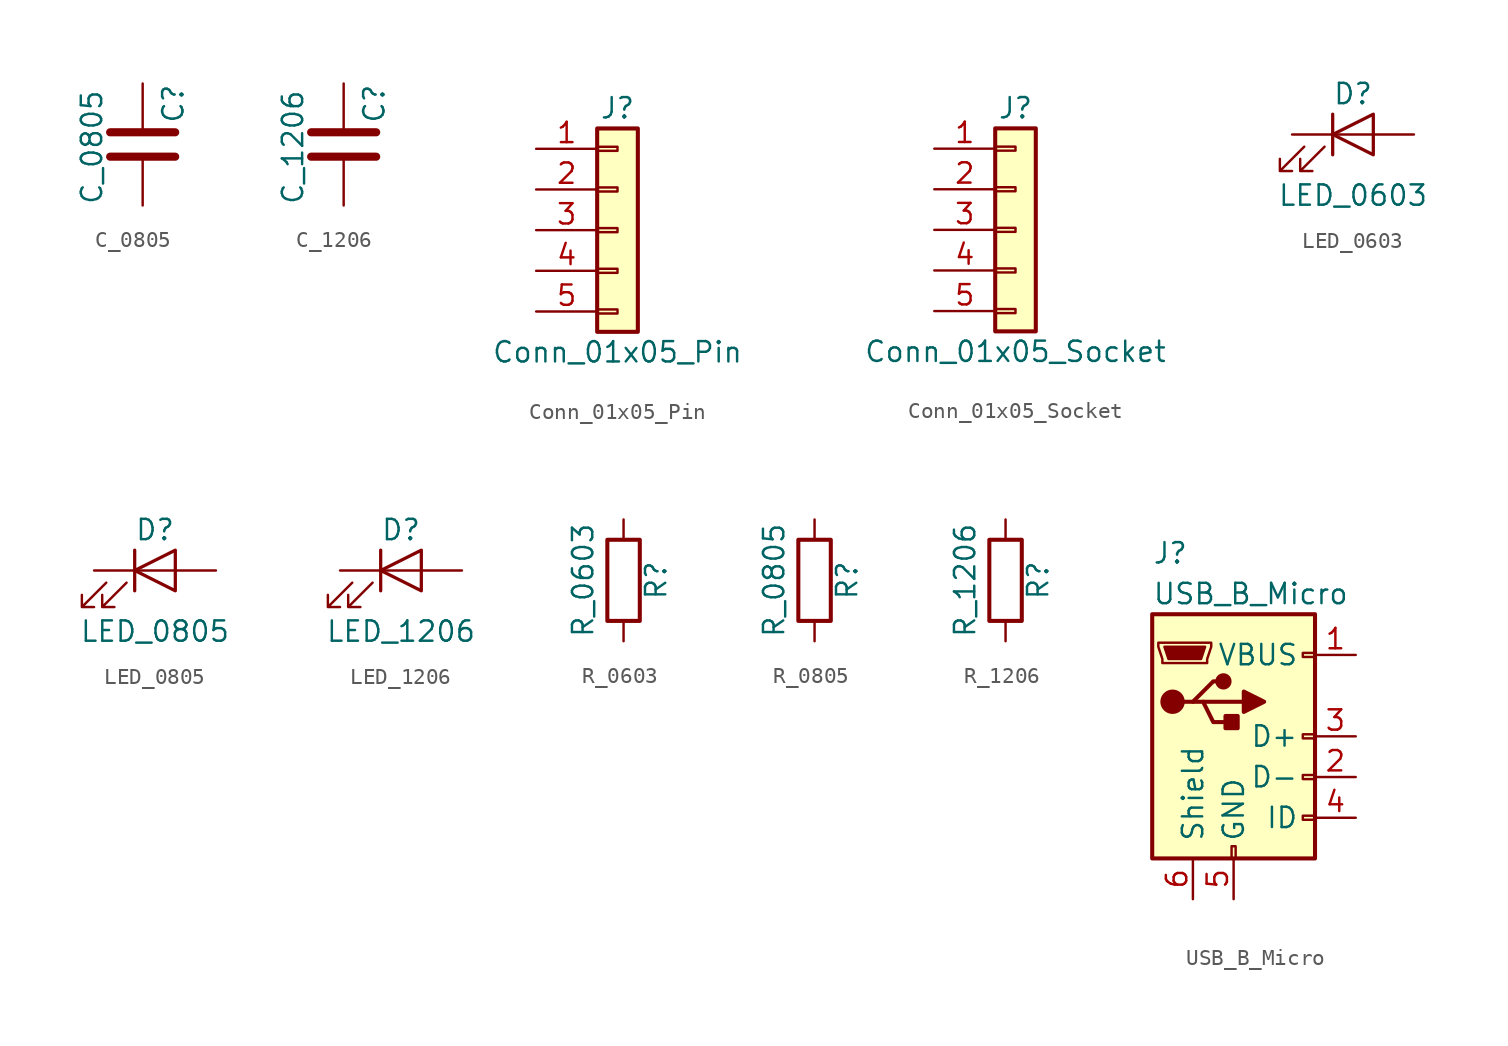
<source format=kicad_sym>
(kicad_symbol_lib
  (version 20220914)
  (generator kicad_symbol_editor)
  (symbol "C_0805"
    (pin_numbers hide)
    (pin_names
      (offset 0.254))
    (property "Reference" "C"
      (at 1.905 1.27 90)
      (effects (font (size 1.27 1.27)) (justify left)))
    (property "Value" "C_0805"
      (at -3.175 -3.81 90)
      (effects (font (size 1.27 1.27)) (justify left)))
    (symbol "C_0805_0_1"
      (polyline (pts (xy -2.032 -0.762) (xy 2.032 -0.762)) (stroke (width 0.508) (type default)) (fill (type none)))
      (polyline (pts (xy -2.032 0.762) (xy 2.032 0.762)) (stroke (width 0.508) (type default)) (fill (type none))))
    (symbol "C_0805_1_1"
      (pin passive line (at 0 3.81 270) (length 2.794) (name "~" (effects (font (size 1.27 1.27)))) (number "1" (effects (font (size 1.27 1.27)))))
      (pin passive line (at 0 -3.81 90) (length 2.794) (name "~" (effects (font (size 1.27 1.27)))) (number "2" (effects (font (size 1.27 1.27)))))))
  (symbol "C_1206"
    (pin_numbers hide)
    (pin_names
      (offset 0.254))
    (property "Reference" "C"
      (at 1.905 1.27 90)
      (effects (font (size 1.27 1.27)) (justify left)))
    (property "Value" "C_1206"
      (at -3.175 -3.81 90)
      (effects (font (size 1.27 1.27)) (justify left)))
    (symbol "C_1206_0_1"
      (polyline (pts (xy -2.032 -0.762) (xy 2.032 -0.762)) (stroke (width 0.508) (type default)) (fill (type none)))
      (polyline (pts (xy -2.032 0.762) (xy 2.032 0.762)) (stroke (width 0.508) (type default)) (fill (type none))))
    (symbol "C_1206_1_1"
      (pin passive line (at 0 3.81 270) (length 2.794) (name "~" (effects (font (size 1.27 1.27)))) (number "1" (effects (font (size 1.27 1.27)))))
      (pin passive line (at 0 -3.81 90) (length 2.794) (name "~" (effects (font (size 1.27 1.27)))) (number "2" (effects (font (size 1.27 1.27)))))))
  (symbol "Conn_01x05_Pin"
    (pin_names
      (offset 1.016) hide)
    (property "Reference" "J"
      (at 0 7.62 0)
      (effects (font (size 1.27 1.27))))
    (property "Value" "Conn_01x05_Pin"
      (at 0 -7.62 0)
      (effects (font (size 1.27 1.27))))
    (symbol "Conn_01x05_Pin_1_1"
      (rectangle (start -1.27 -4.953) (end 0 -5.207) (stroke (width 0.152) (type default)) (fill (type none)))
      (rectangle (start -1.27 -2.413) (end 0 -2.667) (stroke (width 0.152) (type default)) (fill (type none)))
      (rectangle (start -1.27 0.127) (end 0 -0.127) (stroke (width 0.152) (type default)) (fill (type none)))
      (rectangle (start -1.27 2.667) (end 0 2.413) (stroke (width 0.152) (type default)) (fill (type none)))
      (rectangle (start -1.27 5.207) (end 0 4.953) (stroke (width 0.152) (type default)) (fill (type none)))
      (rectangle (start -1.27 6.35) (end 1.27 -6.35) (stroke (width 0.254) (type default)) (fill (type background)))
      (pin passive line (at -5.08 5.08 0) (length 3.81) (name "Pin_1" (effects (font (size 1.27 1.27)))) (number "1" (effects (font (size 1.27 1.27)))))
      (pin passive line (at -5.08 2.54 0) (length 3.81) (name "Pin_2" (effects (font (size 1.27 1.27)))) (number "2" (effects (font (size 1.27 1.27)))))
      (pin passive line (at -5.08 0 0) (length 3.81) (name "Pin_3" (effects (font (size 1.27 1.27)))) (number "3" (effects (font (size 1.27 1.27)))))
      (pin passive line (at -5.08 -2.54 0) (length 3.81) (name "Pin_4" (effects (font (size 1.27 1.27)))) (number "4" (effects (font (size 1.27 1.27)))))
      (pin passive line (at -5.08 -5.08 0) (length 3.81) (name "Pin_5" (effects (font (size 1.27 1.27)))) (number "5" (effects (font (size 1.27 1.27)))))))
  (symbol "Conn_01x05_Socket"
    (pin_names
      (offset 1.016) hide)
    (property "Reference" "J"
      (at 0 7.62 0)
      (effects (font (size 1.27 1.27))))
    (property "Value" "Conn_01x05_Socket"
      (at 0 -7.62 0)
      (effects (font (size 1.27 1.27))))
    (symbol "Conn_01x05_Socket_1_1"
      (rectangle (start -1.27 -4.953) (end 0 -5.207) (stroke (width 0.152) (type default)) (fill (type none)))
      (rectangle (start -1.27 -2.413) (end 0 -2.667) (stroke (width 0.152) (type default)) (fill (type none)))
      (rectangle (start -1.27 0.127) (end 0 -0.127) (stroke (width 0.152) (type default)) (fill (type none)))
      (rectangle (start -1.27 2.667) (end 0 2.413) (stroke (width 0.152) (type default)) (fill (type none)))
      (rectangle (start -1.27 5.207) (end 0 4.953) (stroke (width 0.152) (type default)) (fill (type none)))
      (rectangle (start -1.27 6.35) (end 1.27 -6.35) (stroke (width 0.254) (type default)) (fill (type background)))
      (pin passive line (at -5.08 5.08 0) (length 3.81) (name "Pin_1" (effects (font (size 1.27 1.27)))) (number "1" (effects (font (size 1.27 1.27)))))
      (pin passive line (at -5.08 2.54 0) (length 3.81) (name "Pin_2" (effects (font (size 1.27 1.27)))) (number "2" (effects (font (size 1.27 1.27)))))
      (pin passive line (at -5.08 0 0) (length 3.81) (name "Pin_3" (effects (font (size 1.27 1.27)))) (number "3" (effects (font (size 1.27 1.27)))))
      (pin passive line (at -5.08 -2.54 0) (length 3.81) (name "Pin_4" (effects (font (size 1.27 1.27)))) (number "4" (effects (font (size 1.27 1.27)))))
      (pin passive line (at -5.08 -5.08 0) (length 3.81) (name "Pin_5" (effects (font (size 1.27 1.27)))) (number "5" (effects (font (size 1.27 1.27)))))))
  (symbol "LED_0603"
    (pin_numbers hide)
    (pin_names
      (offset 1.016) hide)
    (property "Reference" "D"
      (at 0 2.54 0)
      (effects (font (size 1.27 1.27))))
    (property "Value" "LED_0603"
      (at 0 -3.81 0)
      (effects (font (size 1.27 1.27))))
    (symbol "LED_0603_0_1"
      (polyline (pts (xy -1.27 -1.27) (xy -1.27 1.27)) (stroke (width 0.203) (type default)) (fill (type none)))
      (polyline (pts (xy -1.27 0) (xy 1.27 0)) (stroke (width 0) (type default)) (fill (type none)))
      (polyline (pts (xy 1.27 -1.27) (xy 1.27 1.27) (xy -1.27 0) (xy 1.27 -1.27)) (stroke (width 0.203) (type default)) (fill (type none)))
      (polyline (pts (xy -3.048 -0.762) (xy -4.572 -2.286) (xy -3.81 -2.286) (xy -4.572 -2.286) (xy -4.572 -1.524)) (stroke (width 0) (type default)) (fill (type none)))
      (polyline (pts (xy -1.778 -0.762) (xy -3.302 -2.286) (xy -2.54 -2.286) (xy -3.302 -2.286) (xy -3.302 -1.524)) (stroke (width 0) (type default)) (fill (type none))))
    (symbol "LED_0603_1_1"
      (pin passive line (at -3.81 0 0) (length 2.54) (name "K" (effects (font (size 1.27 1.27)))) (number "1" (effects (font (size 1.27 1.27)))))
      (pin passive line (at 3.81 0 180) (length 2.54) (name "A" (effects (font (size 1.27 1.27)))) (number "2" (effects (font (size 1.27 1.27)))))))
  (symbol "LED_0805"
    (pin_numbers hide)
    (pin_names
      (offset 1.016) hide)
    (property "Reference" "D"
      (at 0 2.54 0)
      (effects (font (size 1.27 1.27))))
    (property "Value" "LED_0805"
      (at 0 -3.81 0)
      (effects (font (size 1.27 1.27))))
    (symbol "LED_0805_0_1"
      (polyline (pts (xy -1.27 -1.27) (xy -1.27 1.27)) (stroke (width 0.203) (type default)) (fill (type none)))
      (polyline (pts (xy -1.27 0) (xy 1.27 0)) (stroke (width 0) (type default)) (fill (type none)))
      (polyline (pts (xy 1.27 -1.27) (xy 1.27 1.27) (xy -1.27 0) (xy 1.27 -1.27)) (stroke (width 0.203) (type default)) (fill (type none)))
      (polyline (pts (xy -3.048 -0.762) (xy -4.572 -2.286) (xy -3.81 -2.286) (xy -4.572 -2.286) (xy -4.572 -1.524)) (stroke (width 0) (type default)) (fill (type none)))
      (polyline (pts (xy -1.778 -0.762) (xy -3.302 -2.286) (xy -2.54 -2.286) (xy -3.302 -2.286) (xy -3.302 -1.524)) (stroke (width 0) (type default)) (fill (type none))))
    (symbol "LED_0805_1_1"
      (pin passive line (at -3.81 0 0) (length 2.54) (name "K" (effects (font (size 1.27 1.27)))) (number "1" (effects (font (size 1.27 1.27)))))
      (pin passive line (at 3.81 0 180) (length 2.54) (name "A" (effects (font (size 1.27 1.27)))) (number "2" (effects (font (size 1.27 1.27)))))))
  (symbol "LED_1206"
    (pin_numbers hide)
    (pin_names
      (offset 1.016) hide)
    (property "Reference" "D"
      (at 0 2.54 0)
      (effects (font (size 1.27 1.27))))
    (property "Value" "LED_1206"
      (at 0 -3.81 0)
      (effects (font (size 1.27 1.27))))
    (symbol "LED_1206_0_1"
      (polyline (pts (xy -1.27 -1.27) (xy -1.27 1.27)) (stroke (width 0.203) (type default)) (fill (type none)))
      (polyline (pts (xy -1.27 0) (xy 1.27 0)) (stroke (width 0) (type default)) (fill (type none)))
      (polyline (pts (xy 1.27 -1.27) (xy 1.27 1.27) (xy -1.27 0) (xy 1.27 -1.27)) (stroke (width 0.203) (type default)) (fill (type none)))
      (polyline (pts (xy -3.048 -0.762) (xy -4.572 -2.286) (xy -3.81 -2.286) (xy -4.572 -2.286) (xy -4.572 -1.524)) (stroke (width 0) (type default)) (fill (type none)))
      (polyline (pts (xy -1.778 -0.762) (xy -3.302 -2.286) (xy -2.54 -2.286) (xy -3.302 -2.286) (xy -3.302 -1.524)) (stroke (width 0) (type default)) (fill (type none))))
    (symbol "LED_1206_1_1"
      (pin passive line (at -3.81 0 0) (length 2.54) (name "K" (effects (font (size 1.27 1.27)))) (number "1" (effects (font (size 1.27 1.27)))))
      (pin passive line (at 3.81 0 180) (length 2.54) (name "A" (effects (font (size 1.27 1.27)))) (number "2" (effects (font (size 1.27 1.27)))))))
  (symbol "R_0603"
    (pin_numbers hide)
    (pin_names
      (offset 0))
    (property "Reference" "R"
      (at 2.032 0 90)
      (effects (font (size 1.27 1.27))))
    (property "Value" "R_0603"
      (at -2.54 0 90)
      (effects (font (size 1.27 1.27))))
    (symbol "R_0603_0_1"
      (rectangle (start -1.016 -2.54) (end 1.016 2.54) (stroke (width 0.254) (type default)) (fill (type none))))
    (symbol "R_0603_1_1"
      (pin passive line (at 0 3.81 270) (length 1.27) (name "~" (effects (font (size 1.27 1.27)))) (number "1" (effects (font (size 1.27 1.27)))))
      (pin passive line (at 0 -3.81 90) (length 1.27) (name "~" (effects (font (size 1.27 1.27)))) (number "2" (effects (font (size 1.27 1.27)))))))
  (symbol "R_0805"
    (pin_numbers hide)
    (pin_names
      (offset 0))
    (property "Reference" "R"
      (at 2.032 0 90)
      (effects (font (size 1.27 1.27))))
    (property "Value" "R_0805"
      (at -2.54 0 90)
      (effects (font (size 1.27 1.27))))
    (symbol "R_0805_0_1"
      (rectangle (start -1.016 -2.54) (end 1.016 2.54) (stroke (width 0.254) (type default)) (fill (type none))))
    (symbol "R_0805_1_1"
      (pin passive line (at 0 3.81 270) (length 1.27) (name "~" (effects (font (size 1.27 1.27)))) (number "1" (effects (font (size 1.27 1.27)))))
      (pin passive line (at 0 -3.81 90) (length 1.27) (name "~" (effects (font (size 1.27 1.27)))) (number "2" (effects (font (size 1.27 1.27)))))))
  (symbol "R_1206"
    (pin_numbers hide)
    (pin_names
      (offset 0))
    (property "Reference" "R"
      (at 2.032 0 90)
      (effects (font (size 1.27 1.27))))
    (property "Value" "R_1206"
      (at -2.54 0 90)
      (effects (font (size 1.27 1.27))))
    (symbol "R_1206_0_1"
      (rectangle (start -1.016 -2.54) (end 1.016 2.54) (stroke (width 0.254) (type default)) (fill (type none))))
    (symbol "R_1206_1_1"
      (pin passive line (at 0 3.81 270) (length 1.27) (name "~" (effects (font (size 1.27 1.27)))) (number "1" (effects (font (size 1.27 1.27)))))
      (pin passive line (at 0 -3.81 90) (length 1.27) (name "~" (effects (font (size 1.27 1.27)))) (number "2" (effects (font (size 1.27 1.27)))))))
  (symbol "USB_B_Micro"
    (pin_names
      (offset 1.016))
    (property "Reference" "J"
      (at -5.08 11.43 0)
      (effects (font (size 1.27 1.27)) (justify left)))
    (property "Value" "USB_B_Micro"
      (at -5.08 8.89 0)
      (effects (font (size 1.27 1.27)) (justify left)))
    (symbol "USB_B_Micro_0_1"
      (rectangle (start -5.08 -7.62) (end 5.08 7.62) (stroke (width 0.254) (type default)) (fill (type background)))
      (circle (center -3.81 2.159) (radius 0.635) (stroke (width 0.254) (type default)) (fill (type outline)))
      (circle (center -0.635 3.429) (radius 0.381) (stroke (width 0.254) (type default)) (fill (type outline)))
      (rectangle (start -0.127 -7.62) (end 0.127 -6.858) (stroke (width 0) (type default)) (fill (type none)))
      (polyline (pts (xy -1.905 2.159) (xy 0.635 2.159)) (stroke (width 0.254) (type default)) (fill (type none)))
      (polyline (pts (xy -3.175 2.159) (xy -2.54 2.159) (xy -1.27 3.429) (xy -0.635 3.429)) (stroke (width 0.254) (type default)) (fill (type none)))
      (polyline (pts (xy -2.54 2.159) (xy -1.905 2.159) (xy -1.27 0.889) (xy 0 0.889)) (stroke (width 0.254) (type default)) (fill (type none)))
      (polyline (pts (xy 0.635 2.794) (xy 0.635 1.524) (xy 1.905 2.159) (xy 0.635 2.794)) (stroke (width 0.254) (type default)) (fill (type outline)))
      (polyline (pts (xy -4.318 5.588) (xy -1.778 5.588) (xy -2.032 4.826) (xy -4.064 4.826) (xy -4.318 5.588)) (stroke (width 0) (type default)) (fill (type outline)))
      (polyline (pts (xy -4.699 5.842) (xy -4.699 5.588) (xy -4.445 4.826) (xy -4.445 4.572) (xy -1.651 4.572) (xy -1.651 4.826) (xy -1.397 5.588) (xy -1.397 5.842) (xy -4.699 5.842)) (stroke (width 0) (type default)) (fill (type none)))
      (rectangle (start 0.254 1.27) (end -0.508 0.508) (stroke (width 0.254) (type default)) (fill (type outline)))
      (rectangle (start 5.08 -5.207) (end 4.318 -4.953) (stroke (width 0) (type default)) (fill (type none)))
      (rectangle (start 5.08 -2.667) (end 4.318 -2.413) (stroke (width 0) (type default)) (fill (type none)))
      (rectangle (start 5.08 -0.127) (end 4.318 0.127) (stroke (width 0) (type default)) (fill (type none)))
      (rectangle (start 5.08 4.953) (end 4.318 5.207) (stroke (width 0) (type default)) (fill (type none))))
    (symbol "USB_B_Micro_1_1"
      (pin power_out line (at 7.62 5.08 180) (length 2.54) (name "VBUS" (effects (font (size 1.27 1.27)))) (number "1" (effects (font (size 1.27 1.27)))))
      (pin passive line (at 7.62 -2.54 180) (length 2.54) (name "D-" (effects (font (size 1.27 1.27)))) (number "2" (effects (font (size 1.27 1.27)))))
      (pin passive line (at 7.62 0 180) (length 2.54) (name "D+" (effects (font (size 1.27 1.27)))) (number "3" (effects (font (size 1.27 1.27)))))
      (pin passive line (at 7.62 -5.08 180) (length 2.54) (name "ID" (effects (font (size 1.27 1.27)))) (number "4" (effects (font (size 1.27 1.27)))))
      (pin power_out line (at 0 -10.16 90) (length 2.54) (name "GND" (effects (font (size 1.27 1.27)))) (number "5" (effects (font (size 1.27 1.27)))))
      (pin passive line (at -2.54 -10.16 90) (length 2.54) (name "Shield" (effects (font (size 1.27 1.27)))) (number "6" (effects (font (size 1.27 1.27))))))))
</source>
